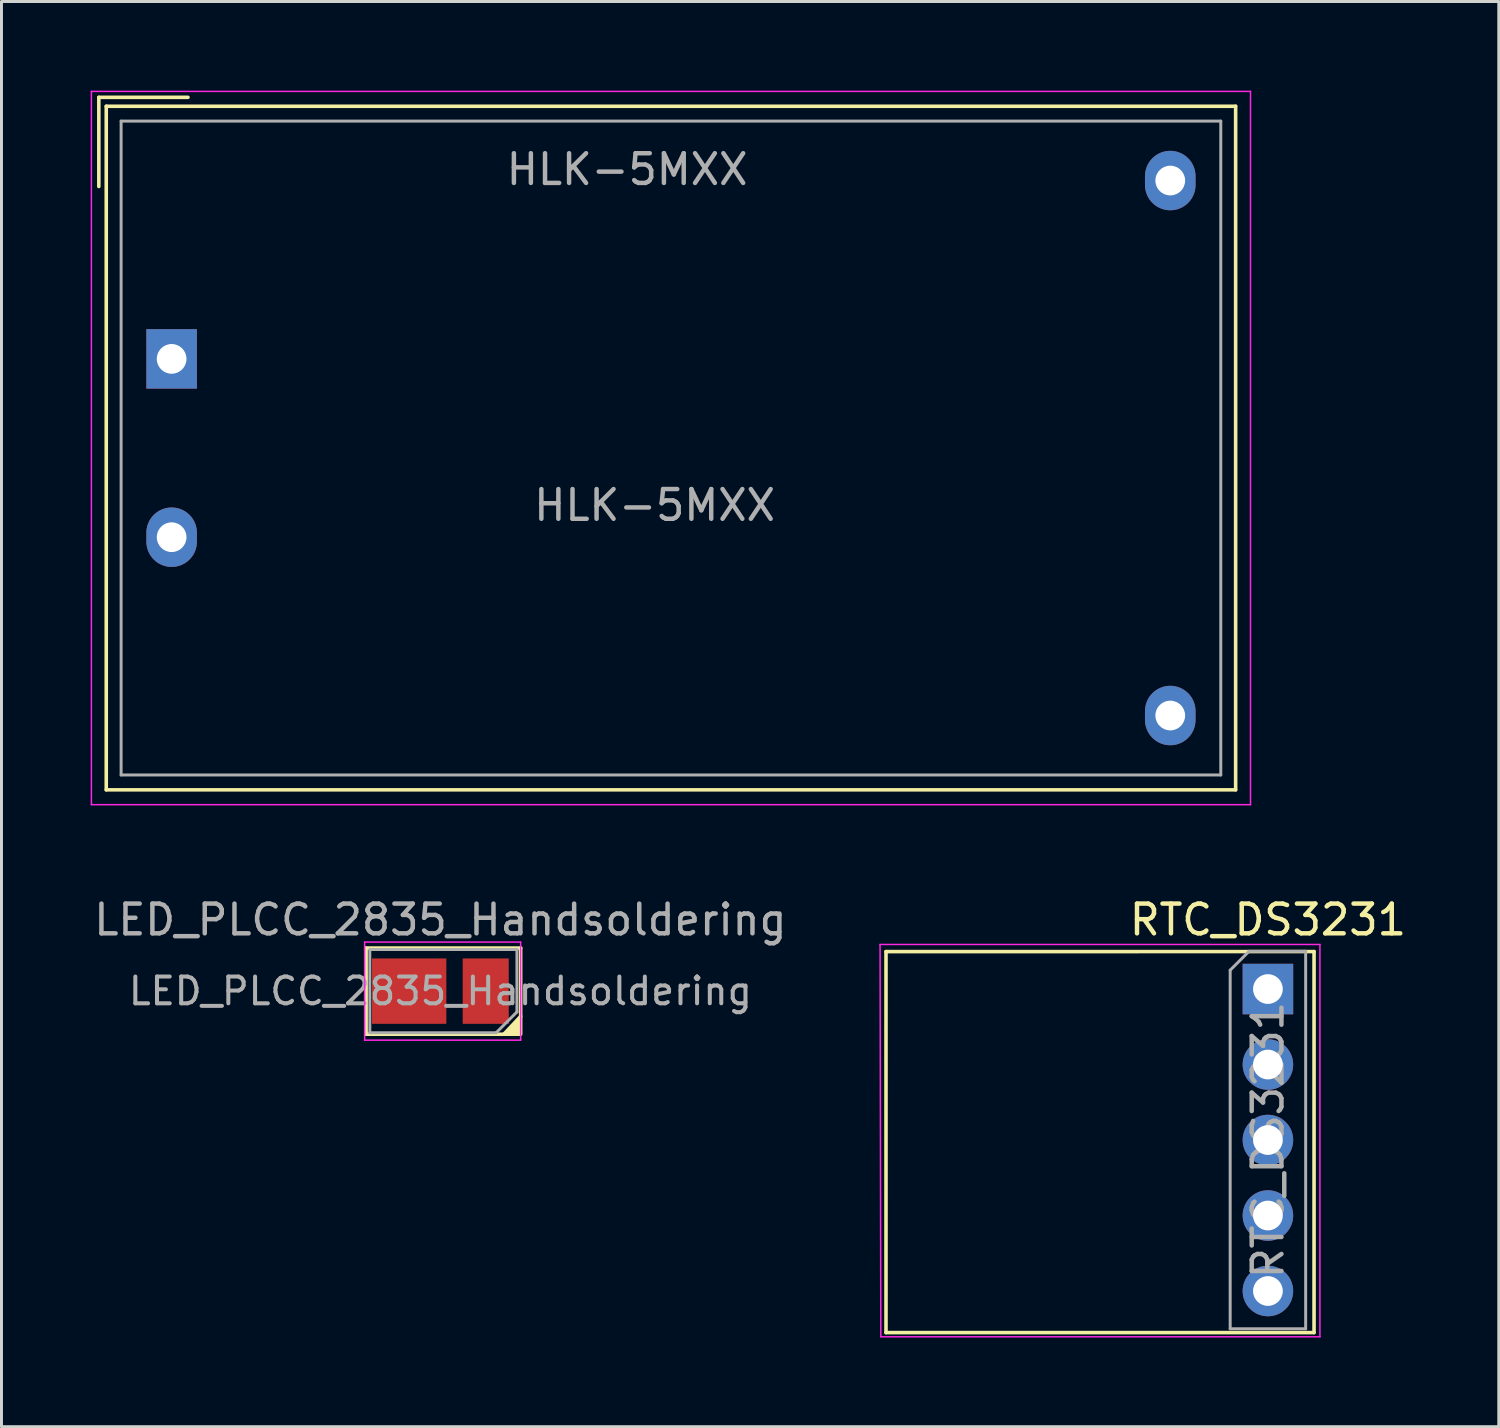
<source format=kicad_pcb>
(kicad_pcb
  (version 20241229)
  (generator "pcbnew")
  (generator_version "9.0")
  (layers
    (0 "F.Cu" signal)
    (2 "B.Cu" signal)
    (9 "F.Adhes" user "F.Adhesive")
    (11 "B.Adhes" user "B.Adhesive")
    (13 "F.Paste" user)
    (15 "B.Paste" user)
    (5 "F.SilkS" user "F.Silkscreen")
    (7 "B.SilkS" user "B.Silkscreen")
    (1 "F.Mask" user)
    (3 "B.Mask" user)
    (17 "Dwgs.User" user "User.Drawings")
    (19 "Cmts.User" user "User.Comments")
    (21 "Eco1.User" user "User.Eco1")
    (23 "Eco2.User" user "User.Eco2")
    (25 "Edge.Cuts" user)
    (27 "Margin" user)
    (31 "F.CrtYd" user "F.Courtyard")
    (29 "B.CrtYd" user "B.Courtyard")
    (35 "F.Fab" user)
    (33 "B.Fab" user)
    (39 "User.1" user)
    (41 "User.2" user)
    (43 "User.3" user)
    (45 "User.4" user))
  (footprint "HLK-5MXX"
    (layer "F.Cu")
    (at 19.525 12.025)
    (property "Reference" "HLK-5MXX" (at -1.475 -9.375 180) (layer "F.Fab") (effects (font (size 1 1) (thickness 0.15))))
    (attr through_hole)
    (fp_line (start -19.25 -11.8) (end -16.25 -11.8) (stroke (width 0.12) (type solid)) (layer "F.SilkS"))
    (fp_line (start -19.25 -8.8) (end -19.25 -11.8) (stroke (width 0.12) (type solid)) (layer "F.SilkS"))
    (fp_line (start -19 -11.5) (end -19 11.5) (stroke (width 0.12) (type solid)) (layer "F.SilkS"))
    (fp_line (start -19 -11.5) (end 19 -11.5) (stroke (width 0.12) (type solid)) (layer "F.SilkS"))
    (fp_line (start -19 11.5) (end 19 11.5) (stroke (width 0.12) (type solid)) (layer "F.SilkS"))
    (fp_line (start 19 -11.5) (end 19 11.5) (stroke (width 0.12) (type solid)) (layer "F.SilkS"))
    (fp_line (start -19.5 -12) (end -19.5 12) (stroke (width 0.05) (type solid)) (layer "F.CrtYd"))
    (fp_line (start -19.5 -12) (end 19.5 -12) (stroke (width 0.05) (type solid)) (layer "F.CrtYd"))
    (fp_line (start -19.5 12) (end 19.5 12) (stroke (width 0.05) (type solid)) (layer "F.CrtYd"))
    (fp_line (start 19.5 -12) (end 19.5 12) (stroke (width 0.05) (type solid)) (layer "F.CrtYd"))
    (fp_line (start -18.5 -11) (end -18.5 11) (stroke (width 0.1) (type solid)) (layer "F.Fab"))
    (fp_line (start -18.5 -11) (end 18.5 -11) (stroke (width 0.1) (type solid)) (layer "F.Fab"))
    (fp_line (start -18.5 11) (end 18.5 11) (stroke (width 0.1) (type solid)) (layer "F.Fab"))
    (fp_line (start 18.5 -11) (end 18.5 11) (stroke (width 0.1) (type solid)) (layer "F.Fab"))
    (fp_text user "${REFERENCE}" (at -0.55 1.925 180) (layer "F.Fab") (effects (font (size 1 1) (thickness 0.15))))
    (pad "1" thru_hole oval (at -16.8 3) (size 1.7 2) (drill 1) (layers "*.Cu" "*.Mask"))
    (pad "2" thru_hole rect (at -16.8 -3) (size 1.7 2) (drill 1) (layers "*.Cu" "*.Mask"))
    (pad "3" thru_hole oval (at 16.8 -9) (size 1.7 2) (drill 1) (layers "*.Cu" "*.Mask"))
    (pad "4" thru_hole oval (at 16.8 9) (size 1.7 2) (drill 1) (layers "*.Cu" "*.Mask")))
  (footprint "LED_PLCC_2835_Handsoldering"
    (layer "F.Cu")
    (at 11.768 30.298)
    (property "Reference" "LED_PLCC_2835_Handsoldering" (at 0 -2.4 0) (layer "F.Fab") (effects (font (size 1 1) (thickness 0.15))))
    (attr smd)
    (fp_line (start -2.5 -1.45) (end -2.5 1.45) (stroke (width 0.12) (type solid)) (layer "F.SilkS"))
    (fp_line (start 2.135 1.45) (end -2.5 1.45) (stroke (width 0.12) (type solid)) (layer "F.SilkS"))
    (fp_line (start 2.7 -1.45) (end -2.5 -1.45) (stroke (width 0.12) (type solid)) (layer "F.SilkS"))
    (fp_line (start 2.7 -1.45) (end 2.7 0.85) (stroke (width 0.12) (type solid)) (layer "F.SilkS"))
    (fp_poly (pts (xy 2.7 0.85) (xy 2.135 1.45) (xy 2.7 1.45)) (stroke (width 0.12) (type solid)) (fill yes) (layer "F.SilkS"))
    (fp_line (start -2.55 -1.65) (end 2.7 -1.65) (stroke (width 0.05) (type solid)) (layer "F.CrtYd"))
    (fp_line (start -2.55 1.65) (end -2.55 -1.65) (stroke (width 0.05) (type solid)) (layer "F.CrtYd"))
    (fp_line (start 2.7 -1.65) (end 2.7 1.65) (stroke (width 0.05) (type solid)) (layer "F.CrtYd"))
    (fp_line (start 2.7 1.65) (end -2.55 1.65) (stroke (width 0.05) (type solid)) (layer "F.CrtYd"))
    (fp_line (start -2.375 -1.4) (end 2.575 -1.4) (stroke (width 0.1) (type solid)) (layer "F.Fab"))
    (fp_line (start -2.375 1.4) (end -2.375 -1.4) (stroke (width 0.1) (type solid)) (layer "F.Fab"))
    (fp_line (start 1.875 1.4) (end -2.375 1.4) (stroke (width 0.1) (type solid)) (layer "F.Fab"))
    (fp_line (start 1.875 1.4) (end 2.575 0.7) (stroke (width 0.1) (type solid)) (layer "F.Fab"))
    (fp_line (start 2.575 -1.4) (end 2.575 0.7) (stroke (width 0.1) (type solid)) (layer "F.Fab"))
    (fp_text user "${REFERENCE}" (at 0 0 0) (layer "F.Fab") (effects (font (size 0.9 0.9) (thickness 0.135))))
    (pad "1" smd rect (at -1.05 0) (size 2.5 2.2) (layers "F.Cu" "F.Mask" "F.Paste"))
    (pad "2" smd rect (at 1.525 0) (size 1.55 2.2) (layers "F.Cu" "F.Mask" "F.Paste")))
  (footprint "RTC_DS3231"
    (layer "F.Cu")
    (at 39.611 30.228)
    (property "Reference" "RTC_DS3231" (at 0 -2.33 180) (layer "F.SilkS") (effects (font (size 1 1) (thickness 0.15))))
    (attr through_hole)
    (fp_line (start -12.85 11.56) (end -12.85 -1.26) (stroke (width 0.12) (type solid)) (layer "F.SilkS"))
    (fp_line (start 1.552 -1.261) (end -12.85 -1.26) (stroke (width 0.12) (type solid)) (layer "F.SilkS"))
    (fp_line (start 1.552 11.559) (end -12.85 11.56) (stroke (width 0.12) (type solid)) (layer "F.SilkS"))
    (fp_line (start 1.552 11.559) (end 1.552 -1.261) (stroke (width 0.12) (type solid)) (layer "F.SilkS"))
    (fp_line (start -13.05 -1.5) (end -13.025 11.7) (stroke (width 0.05) (type solid)) (layer "F.CrtYd"))
    (fp_line (start -13.025 11.7) (end 1.75 11.7) (stroke (width 0.05) (type solid)) (layer "F.CrtYd"))
    (fp_line (start 1.75 -1.5) (end -13.05 -1.5) (stroke (width 0.05) (type solid)) (layer "F.CrtYd"))
    (fp_line (start 1.75 11.7) (end 1.75 -1.5) (stroke (width 0.05) (type solid)) (layer "F.CrtYd"))
    (fp_line (start -1.27 -0.635) (end -0.635 -1.27) (stroke (width 0.1) (type solid)) (layer "F.Fab"))
    (fp_line (start -1.27 11.43) (end -1.27 -0.635) (stroke (width 0.1) (type solid)) (layer "F.Fab"))
    (fp_line (start -0.635 -1.27) (end 1.27 -1.27) (stroke (width 0.1) (type solid)) (layer "F.Fab"))
    (fp_line (start 1.27 -1.27) (end 1.27 11.43) (stroke (width 0.1) (type solid)) (layer "F.Fab"))
    (fp_line (start 1.27 11.43) (end -1.27 11.43) (stroke (width 0.1) (type solid)) (layer "F.Fab"))
    (fp_text user "${REFERENCE}" (at 0 5.08 270) (layer "F.Fab") (effects (font (size 1 1) (thickness 0.15))))
    (pad "1" thru_hole rect (at 0 0) (size 1.7 1.7) (drill 1) (layers "*.Cu" "*.Mask"))
    (pad "2" thru_hole oval (at 0 2.54) (size 1.7 1.7) (drill 1) (layers "*.Cu" "*.Mask"))
    (pad "3" thru_hole oval (at 0 5.08) (size 1.7 1.7) (drill 1) (layers "*.Cu" "*.Mask"))
    (pad "4" thru_hole oval (at 0 7.62) (size 1.7 1.7) (drill 1) (layers "*.Cu" "*.Mask"))
    (pad "5" thru_hole oval (at 0 10.16) (size 1.7 1.7) (drill 1) (layers "*.Cu" "*.Mask")))
  (gr_rect
    (start -3 -3)
    (end 47.379 44.953)
    (stroke (width 0.1) (type default))
    (fill no)
    (layer "Edge.Cuts")))
</source>
